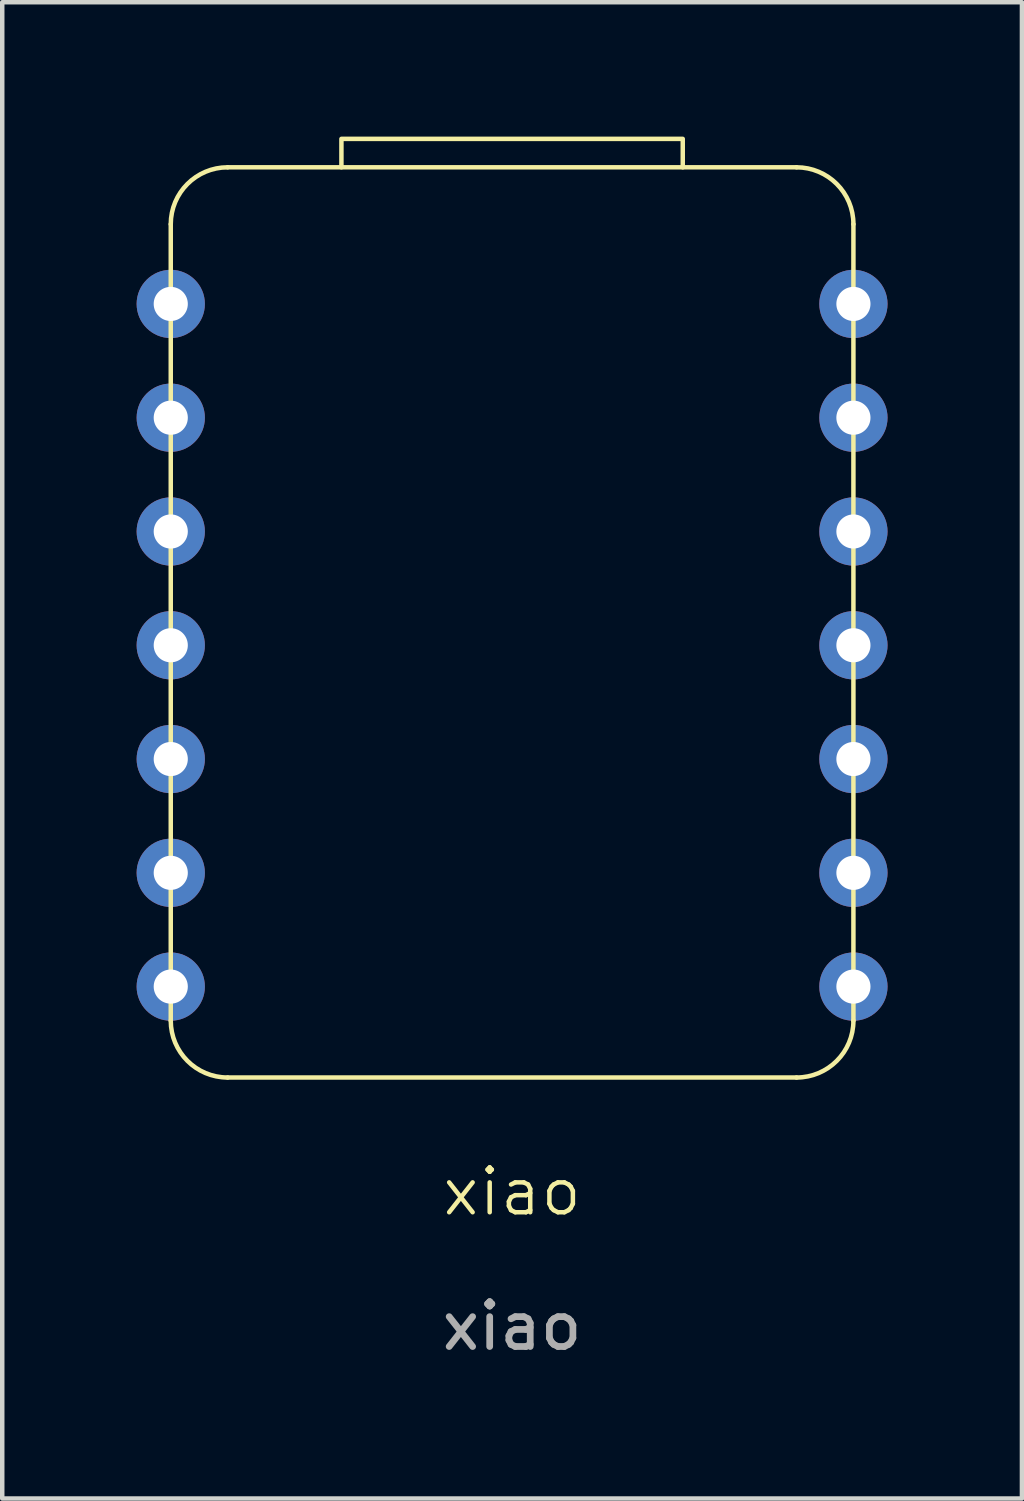
<source format=kicad_pcb>
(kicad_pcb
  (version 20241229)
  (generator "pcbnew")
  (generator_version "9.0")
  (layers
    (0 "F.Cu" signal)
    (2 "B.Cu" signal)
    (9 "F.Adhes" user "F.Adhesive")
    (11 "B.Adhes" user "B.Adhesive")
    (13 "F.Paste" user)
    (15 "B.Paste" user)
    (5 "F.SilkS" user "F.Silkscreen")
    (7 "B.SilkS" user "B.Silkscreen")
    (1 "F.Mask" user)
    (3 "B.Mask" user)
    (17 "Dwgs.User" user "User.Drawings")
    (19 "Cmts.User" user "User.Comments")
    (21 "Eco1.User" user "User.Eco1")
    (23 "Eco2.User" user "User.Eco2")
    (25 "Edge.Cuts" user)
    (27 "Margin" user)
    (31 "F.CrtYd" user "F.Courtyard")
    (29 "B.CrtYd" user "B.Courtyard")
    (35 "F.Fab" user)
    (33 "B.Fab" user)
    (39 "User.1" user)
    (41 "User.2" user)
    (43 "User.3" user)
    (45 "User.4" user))
  (footprint "xiao"
    (layer "F.Cu")
    (at 8.382 24.055)
    (property "Reference" "xiao" (at 0 -0.5 0) (unlocked yes) (layer "F.SilkS") (effects (font (size 1 1) (thickness 0.1))))
    (attr through_hole)
    (fp_line (start -7.62 -22.1) (end -7.62 -4.32) (stroke (width 0.1) (type default)) (layer "F.SilkS"))
    (fp_line (start -3.81 -23.37) (end -6.35 -23.37) (stroke (width 0.1) (type default)) (layer "F.SilkS"))
    (fp_line (start 3.81 -23.37) (end 6.35 -23.37) (stroke (width 0.1) (type default)) (layer "F.SilkS"))
    (fp_line (start 6.35 -3.05) (end -6.35 -3.05) (stroke (width 0.1) (type default)) (layer "F.SilkS"))
    (fp_line (start 7.62 -4.32) (end 7.62 -22.1) (stroke (width 0.1) (type default)) (layer "F.SilkS"))
    (fp_rect (start -3.81 -24.005) (end 3.81 -23.37) (stroke (width 0.1) (type default)) (fill no) (layer "F.SilkS"))
    (fp_arc (start -7.62 -22.1) (mid -7.248026 -22.998026) (end -6.35 -23.37) (stroke (width 0.1) (type default)) (layer "F.SilkS"))
    (fp_arc (start -6.35 -3.05) (mid -7.248026 -3.421974) (end -7.62 -4.32) (stroke (width 0.1) (type default)) (layer "F.SilkS"))
    (fp_arc (start 6.35 -23.37) (mid 7.248026 -22.998026) (end 7.62 -22.1) (stroke (width 0.1) (type default)) (layer "F.SilkS"))
    (fp_arc (start 7.62 -4.32) (mid 7.248026 -3.421974) (end 6.35 -3.05) (stroke (width 0.1) (type default)) (layer "F.SilkS"))
    (fp_text user "${REFERENCE}" (at 0 2.5 0) (unlocked yes) (layer "F.Fab") (effects (font (size 1 1) (thickness 0.15))))
    (pad "1" thru_hole circle (at -7.62 -20.32) (size 1.524 1.524) (drill 0.762) (layers "*.Cu" "*.Mask"))
    (pad "2" thru_hole circle (at -7.62 -17.78) (size 1.524 1.524) (drill 0.762) (layers "*.Cu" "*.Mask"))
    (pad "3" thru_hole circle (at -7.62 -15.24) (size 1.524 1.524) (drill 0.762) (layers "*.Cu" "*.Mask"))
    (pad "4" thru_hole circle (at -7.62 -12.7) (size 1.524 1.524) (drill 0.762) (layers "*.Cu" "*.Mask"))
    (pad "5" thru_hole circle (at -7.62 -10.16) (size 1.524 1.524) (drill 0.762) (layers "*.Cu" "*.Mask"))
    (pad "6" thru_hole circle (at -7.62 -7.62) (size 1.524 1.524) (drill 0.762) (layers "*.Cu" "*.Mask"))
    (pad "7" thru_hole circle (at -7.62 -5.08) (size 1.524 1.524) (drill 0.762) (layers "*.Cu" "*.Mask"))
    (pad "8" thru_hole circle (at 7.62 -5.08) (size 1.524 1.524) (drill 0.762) (layers "*.Cu" "*.Mask"))
    (pad "9" thru_hole circle (at 7.62 -7.62) (size 1.524 1.524) (drill 0.762) (layers "*.Cu" "*.Mask"))
    (pad "10" thru_hole circle (at 7.62 -10.16) (size 1.524 1.524) (drill 0.762) (layers "*.Cu" "*.Mask"))
    (pad "11" thru_hole circle (at 7.62 -12.7) (size 1.524 1.524) (drill 0.762) (layers "*.Cu" "*.Mask"))
    (pad "12" thru_hole circle (at 7.62 -15.24) (size 1.524 1.524) (drill 0.762) (layers "*.Cu" "*.Mask"))
    (pad "13" thru_hole circle (at 7.62 -17.78) (size 1.524 1.524) (drill 0.762) (layers "*.Cu" "*.Mask"))
    (pad "14" thru_hole circle (at 7.62 -20.32) (size 1.524 1.524) (drill 0.762) (layers "*.Cu" "*.Mask")))
  (gr_rect
    (start -3 -3)
    (end 19.764 30.403)
    (stroke (width 0.1) (type default))
    (fill no)
    (layer "Edge.Cuts")))
</source>
